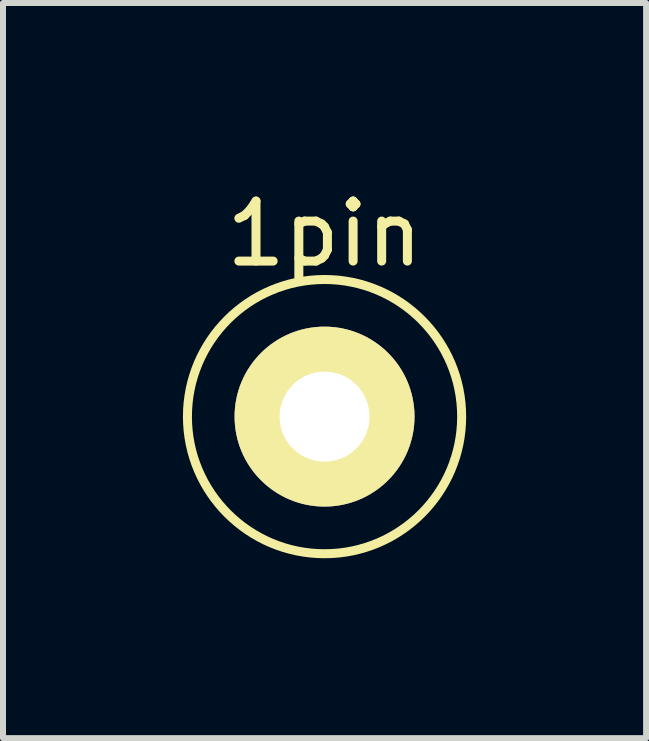
<source format=kicad_pcb>
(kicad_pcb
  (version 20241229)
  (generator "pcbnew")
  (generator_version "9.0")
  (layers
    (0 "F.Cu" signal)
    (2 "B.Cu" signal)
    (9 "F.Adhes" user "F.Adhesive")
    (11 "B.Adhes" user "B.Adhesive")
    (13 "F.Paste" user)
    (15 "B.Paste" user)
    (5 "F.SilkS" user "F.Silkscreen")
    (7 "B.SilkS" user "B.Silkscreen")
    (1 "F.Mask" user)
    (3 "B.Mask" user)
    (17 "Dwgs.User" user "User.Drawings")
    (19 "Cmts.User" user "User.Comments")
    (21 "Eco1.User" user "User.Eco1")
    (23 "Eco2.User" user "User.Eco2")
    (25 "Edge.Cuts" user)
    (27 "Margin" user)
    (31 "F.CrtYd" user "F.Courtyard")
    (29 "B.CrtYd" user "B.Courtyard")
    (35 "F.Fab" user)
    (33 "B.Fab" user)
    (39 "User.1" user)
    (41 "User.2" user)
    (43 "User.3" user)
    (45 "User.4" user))
  (footprint "1pin"
    (layer "F.Cu")
    (at 2.361 3.896)
    (property "Reference" "1pin" (at 0 -3.048 0) (layer "F.SilkS") (effects (font (size 1 1) (thickness 0.15))))
    (attr through_hole)
    (fp_circle (center 0 0) (end 0 -2.286) (stroke (width 0.15) (type solid)) (fill no) (layer "F.SilkS"))
    (pad "1" thru_hole circle (at 0 0) (size 3 3) (drill 1.5) (layers "*.Cu" "*.Mask" "F.SilkS")))
  (gr_rect
    (start -3 -3)
    (end 7.722 9.257)
    (stroke (width 0.1) (type default))
    (fill no)
    (layer "Edge.Cuts")))
</source>
